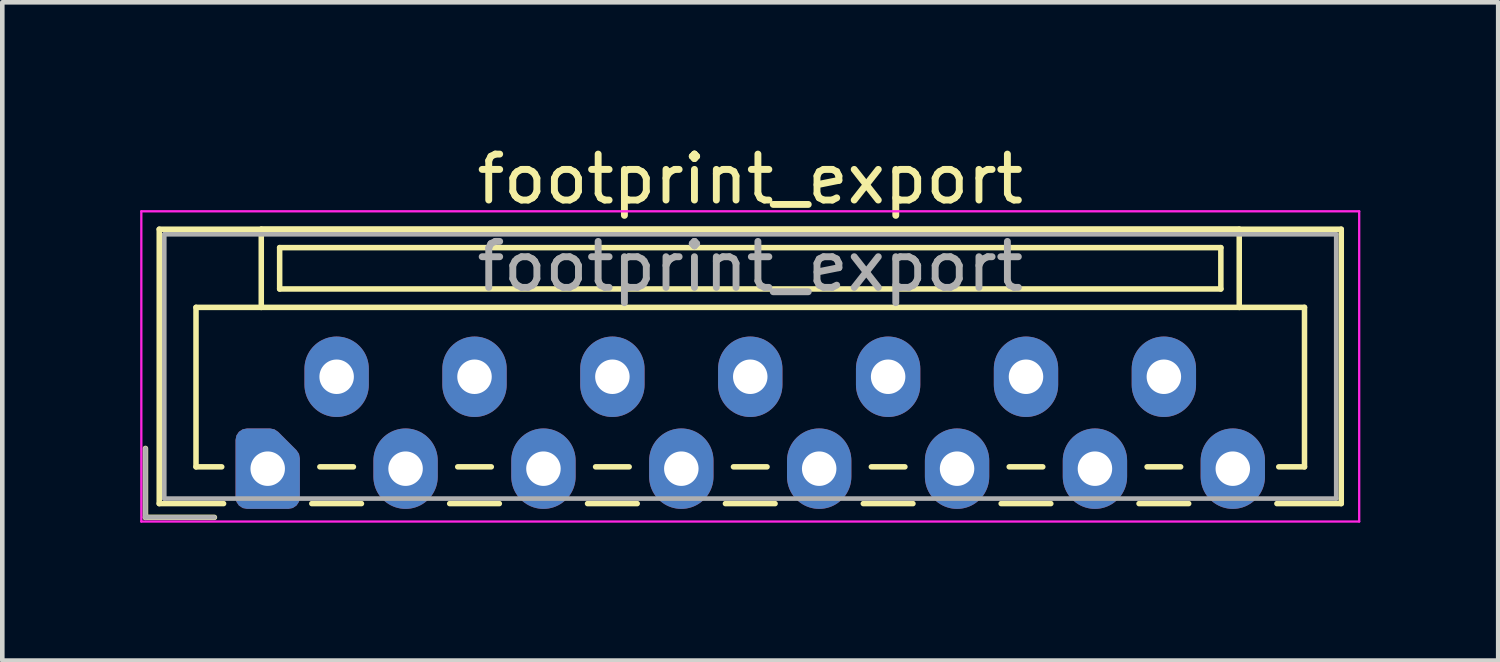
<source format=kicad_pcb>
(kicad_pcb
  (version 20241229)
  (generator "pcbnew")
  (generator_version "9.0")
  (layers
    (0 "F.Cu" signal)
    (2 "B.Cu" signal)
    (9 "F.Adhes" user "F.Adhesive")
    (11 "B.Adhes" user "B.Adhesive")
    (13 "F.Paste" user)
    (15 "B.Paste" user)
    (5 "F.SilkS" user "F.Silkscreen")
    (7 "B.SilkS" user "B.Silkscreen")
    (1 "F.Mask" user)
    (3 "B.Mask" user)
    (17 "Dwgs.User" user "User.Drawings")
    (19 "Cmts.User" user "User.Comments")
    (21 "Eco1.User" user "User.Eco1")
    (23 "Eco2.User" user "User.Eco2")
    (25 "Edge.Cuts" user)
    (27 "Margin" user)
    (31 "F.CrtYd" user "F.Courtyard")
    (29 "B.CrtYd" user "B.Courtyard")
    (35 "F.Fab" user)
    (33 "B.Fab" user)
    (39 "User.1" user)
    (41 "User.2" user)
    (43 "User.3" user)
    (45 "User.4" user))
  (footprint "footprint_export"
    (layer "F.Cu")
    (at 2.775 7.148)
    (property "Reference" "footprint_export" (at 10.5 -6.3 0) (layer "F.SilkS") (effects (font (size 1 1) (thickness 0.15))))
    (attr through_hole)
    (fp_line (start -2.66 -0.44) (end -2.66 1.06) (stroke (width 0.12) (type solid)) (layer "F.SilkS"))
    (fp_line (start -2.66 1.06) (end -1.16 1.06) (stroke (width 0.12) (type solid)) (layer "F.SilkS"))
    (fp_line (start -2.36 -5.21) (end 23.36 -5.21) (stroke (width 0.12) (type solid)) (layer "F.SilkS"))
    (fp_line (start -2.36 0.76) (end -2.36 -5.21) (stroke (width 0.12) (type solid)) (layer "F.SilkS"))
    (fp_line (start -1.56 -3.51) (end -1.56 -0.04) (stroke (width 0.12) (type solid)) (layer "F.SilkS"))
    (fp_line (start -1.56 -0.04) (end -1 -0.04) (stroke (width 0.12) (type solid)) (layer "F.SilkS"))
    (fp_line (start -0.96 0.76) (end -2.36 0.76) (stroke (width 0.12) (type solid)) (layer "F.SilkS"))
    (fp_line (start -0.14 -5.21) (end -0.14 -3.51) (stroke (width 0.12) (type solid)) (layer "F.SilkS"))
    (fp_line (start -0.14 -3.51) (end -1.56 -3.51) (stroke (width 0.12) (type solid)) (layer "F.SilkS"))
    (fp_line (start -0.14 -3.51) (end 21.14 -3.51) (stroke (width 0.12) (type solid)) (layer "F.SilkS"))
    (fp_line (start 0.26 -4.81) (end 0.26 -3.91) (stroke (width 0.12) (type solid)) (layer "F.SilkS"))
    (fp_line (start 0.26 -3.91) (end 20.74 -3.91) (stroke (width 0.12) (type solid)) (layer "F.SilkS"))
    (fp_line (start 0.96 0.76) (end 2.04 0.76) (stroke (width 0.12) (type solid)) (layer "F.SilkS"))
    (fp_line (start 1.135 -0.04) (end 1.865 -0.04) (stroke (width 0.12) (type solid)) (layer "F.SilkS"))
    (fp_line (start 3.96 0.76) (end 5.04 0.76) (stroke (width 0.12) (type solid)) (layer "F.SilkS"))
    (fp_line (start 4.135 -0.04) (end 4.865 -0.04) (stroke (width 0.12) (type solid)) (layer "F.SilkS"))
    (fp_line (start 6.96 0.76) (end 8.04 0.76) (stroke (width 0.12) (type solid)) (layer "F.SilkS"))
    (fp_line (start 7.135 -0.04) (end 7.865 -0.04) (stroke (width 0.12) (type solid)) (layer "F.SilkS"))
    (fp_line (start 9.96 0.76) (end 11.04 0.76) (stroke (width 0.12) (type solid)) (layer "F.SilkS"))
    (fp_line (start 10.135 -0.04) (end 10.865 -0.04) (stroke (width 0.12) (type solid)) (layer "F.SilkS"))
    (fp_line (start 12.96 0.76) (end 14.04 0.76) (stroke (width 0.12) (type solid)) (layer "F.SilkS"))
    (fp_line (start 13.135 -0.04) (end 13.865 -0.04) (stroke (width 0.12) (type solid)) (layer "F.SilkS"))
    (fp_line (start 15.96 0.76) (end 17.04 0.76) (stroke (width 0.12) (type solid)) (layer "F.SilkS"))
    (fp_line (start 16.135 -0.04) (end 16.865 -0.04) (stroke (width 0.12) (type solid)) (layer "F.SilkS"))
    (fp_line (start 18.96 0.76) (end 20.04 0.76) (stroke (width 0.12) (type solid)) (layer "F.SilkS"))
    (fp_line (start 19.135 -0.04) (end 19.865 -0.04) (stroke (width 0.12) (type solid)) (layer "F.SilkS"))
    (fp_line (start 20.74 -4.81) (end 0.26 -4.81) (stroke (width 0.12) (type solid)) (layer "F.SilkS"))
    (fp_line (start 20.74 -3.91) (end 20.74 -4.81) (stroke (width 0.12) (type solid)) (layer "F.SilkS"))
    (fp_line (start 21.14 -5.21) (end -0.14 -5.21) (stroke (width 0.12) (type solid)) (layer "F.SilkS"))
    (fp_line (start 21.14 -3.51) (end 21.14 -5.21) (stroke (width 0.12) (type solid)) (layer "F.SilkS"))
    (fp_line (start 21.14 -3.51) (end 22.56 -3.51) (stroke (width 0.12) (type solid)) (layer "F.SilkS"))
    (fp_line (start 22.56 -3.51) (end 22.56 -0.04) (stroke (width 0.12) (type solid)) (layer "F.SilkS"))
    (fp_line (start 22.56 -0.04) (end 22 -0.04) (stroke (width 0.12) (type solid)) (layer "F.SilkS"))
    (fp_line (start 23.36 -5.21) (end 23.36 0.76) (stroke (width 0.12) (type solid)) (layer "F.SilkS"))
    (fp_line (start 23.36 0.76) (end 21.96 0.76) (stroke (width 0.12) (type solid)) (layer "F.SilkS"))
    (fp_line (start -2.75 -5.6) (end -2.75 1.15) (stroke (width 0.05) (type solid)) (layer "F.CrtYd"))
    (fp_line (start -2.75 1.15) (end 23.75 1.15) (stroke (width 0.05) (type solid)) (layer "F.CrtYd"))
    (fp_line (start 23.75 -5.6) (end -2.75 -5.6) (stroke (width 0.05) (type solid)) (layer "F.CrtYd"))
    (fp_line (start 23.75 1.15) (end 23.75 -5.6) (stroke (width 0.05) (type solid)) (layer "F.CrtYd"))
    (fp_line (start -2.66 -0.44) (end -2.66 1.06) (stroke (width 0.1) (type solid)) (layer "F.Fab"))
    (fp_line (start -2.66 1.06) (end -1.16 1.06) (stroke (width 0.1) (type solid)) (layer "F.Fab"))
    (fp_line (start -2.25 -5.1) (end -2.25 0.65) (stroke (width 0.1) (type solid)) (layer "F.Fab"))
    (fp_line (start -2.25 0.65) (end 23.25 0.65) (stroke (width 0.1) (type solid)) (layer "F.Fab"))
    (fp_line (start 23.25 -5.1) (end -2.25 -5.1) (stroke (width 0.1) (type solid)) (layer "F.Fab"))
    (fp_line (start 23.25 0.65) (end 23.25 -5.1) (stroke (width 0.1) (type solid)) (layer "F.Fab"))
    (fp_text user "${REFERENCE}" (at 10.5 -4.4 0) (layer "F.Fab") (effects (font (size 1 1) (thickness 0.15))))
    (pad "1" thru_hole custom (at 0 0) (size 1.117 1.117) (drill 0.75) (layers "*.Cu" "*.Mask") (options (anchor circle)) (primitives (gr_poly (pts (xy 0.45 -0.225) (xy 0.45 0.625) (xy -0.45 0.625) (xy -0.45 -0.625) (xy 0.05 -0.625)) (width 0.5) (fill yes))))
    (pad "2" thru_hole oval (at 1.5 -2) (size 1.4 1.75) (drill 0.75) (layers "*.Cu" "*.Mask"))
    (pad "3" thru_hole oval (at 3 0) (size 1.4 1.75) (drill 0.75) (layers "*.Cu" "*.Mask"))
    (pad "4" thru_hole oval (at 4.5 -2) (size 1.4 1.75) (drill 0.75) (layers "*.Cu" "*.Mask"))
    (pad "5" thru_hole oval (at 6 0) (size 1.4 1.75) (drill 0.75) (layers "*.Cu" "*.Mask"))
    (pad "6" thru_hole oval (at 7.5 -2) (size 1.4 1.75) (drill 0.75) (layers "*.Cu" "*.Mask"))
    (pad "7" thru_hole oval (at 9 0) (size 1.4 1.75) (drill 0.75) (layers "*.Cu" "*.Mask"))
    (pad "8" thru_hole oval (at 10.5 -2) (size 1.4 1.75) (drill 0.75) (layers "*.Cu" "*.Mask"))
    (pad "9" thru_hole oval (at 12 0) (size 1.4 1.75) (drill 0.75) (layers "*.Cu" "*.Mask"))
    (pad "10" thru_hole oval (at 13.5 -2) (size 1.4 1.75) (drill 0.75) (layers "*.Cu" "*.Mask"))
    (pad "11" thru_hole oval (at 15 0) (size 1.4 1.75) (drill 0.75) (layers "*.Cu" "*.Mask"))
    (pad "12" thru_hole oval (at 16.5 -2) (size 1.4 1.75) (drill 0.75) (layers "*.Cu" "*.Mask"))
    (pad "13" thru_hole oval (at 18 0) (size 1.4 1.75) (drill 0.75) (layers "*.Cu" "*.Mask"))
    (pad "14" thru_hole oval (at 19.5 -2) (size 1.4 1.75) (drill 0.75) (layers "*.Cu" "*.Mask"))
    (pad "15" thru_hole oval (at 21 0) (size 1.4 1.75) (drill 0.75) (layers "*.Cu" "*.Mask")))
  (gr_rect
    (start -3 -3)
    (end 29.55 11.323)
    (stroke (width 0.1) (type default))
    (fill no)
    (layer "Edge.Cuts")))
</source>
